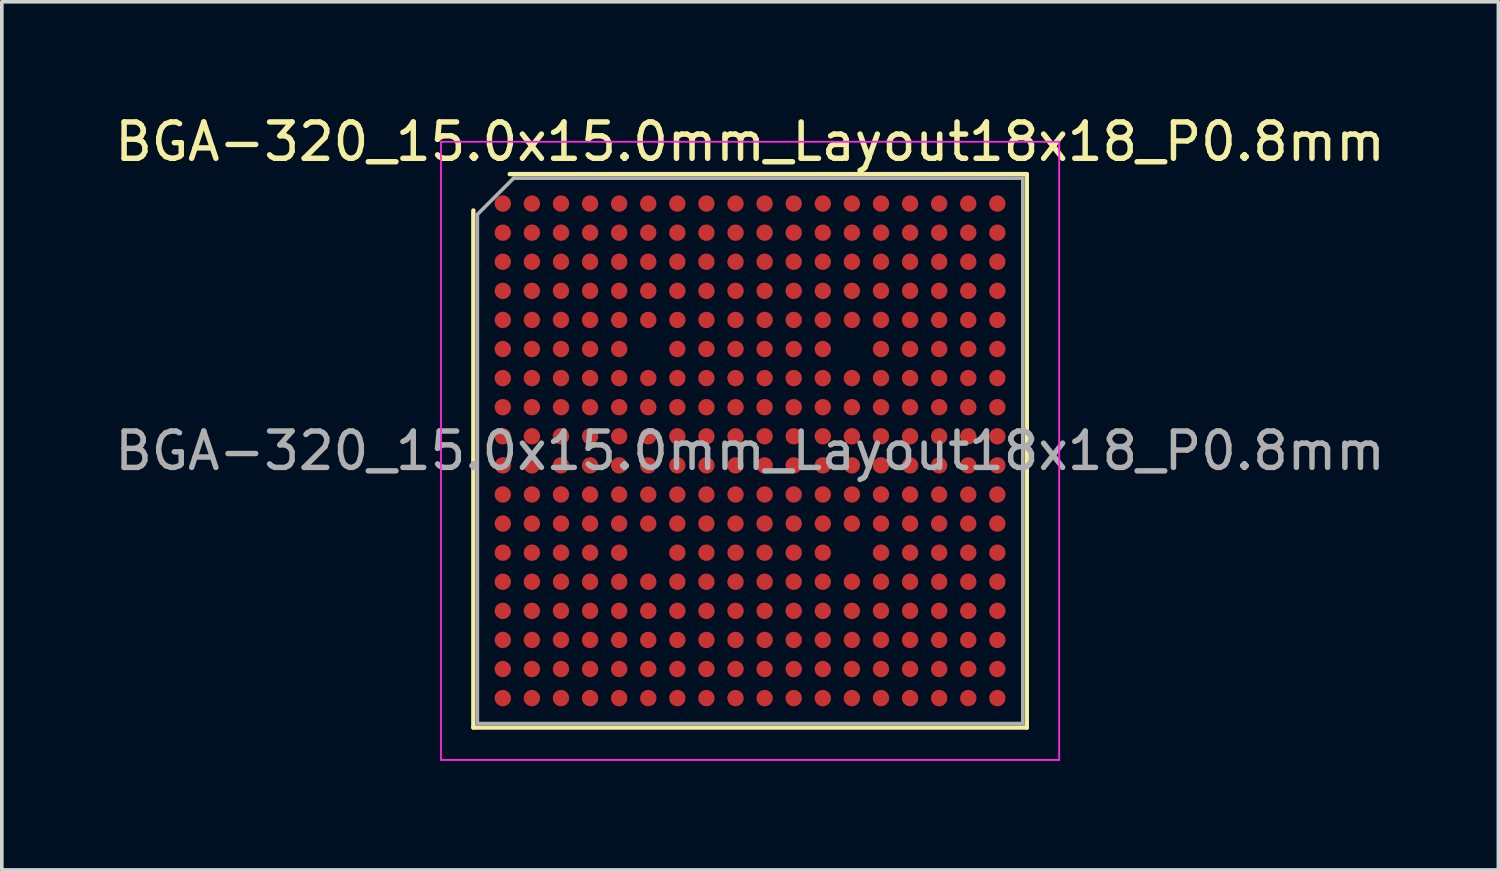
<source format=kicad_pcb>
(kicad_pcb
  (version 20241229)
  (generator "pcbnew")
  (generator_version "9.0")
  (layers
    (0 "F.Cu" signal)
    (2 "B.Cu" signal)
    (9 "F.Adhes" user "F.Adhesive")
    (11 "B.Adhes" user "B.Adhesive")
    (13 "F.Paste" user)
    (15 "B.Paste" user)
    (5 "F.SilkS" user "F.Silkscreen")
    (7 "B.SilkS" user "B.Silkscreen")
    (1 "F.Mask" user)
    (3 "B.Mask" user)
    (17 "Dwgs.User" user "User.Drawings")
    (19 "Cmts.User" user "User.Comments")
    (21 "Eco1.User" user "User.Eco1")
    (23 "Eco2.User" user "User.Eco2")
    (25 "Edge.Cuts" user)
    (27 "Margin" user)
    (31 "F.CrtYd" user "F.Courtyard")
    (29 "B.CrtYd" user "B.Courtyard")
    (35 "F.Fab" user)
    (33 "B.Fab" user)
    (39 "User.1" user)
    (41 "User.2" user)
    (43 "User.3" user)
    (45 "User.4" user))
  (footprint "BGA-320_15.0x15.0mm_Layout18x18_P0.8mm"
    (layer "F.Cu")
    (at 17.577 9.348)
    (property "Reference" "BGA-320_15.0x15.0mm_Layout18x18_P0.8mm" (at 0 -8.5 0) (layer "F.SilkS") (effects (font (size 1 1) (thickness 0.15))))
    (attr smd)
    (fp_line (start -7.61 7.61) (end -7.61 -6.61) (stroke (width 0.12) (type solid)) (layer "F.SilkS"))
    (fp_line (start -6.61 -7.61) (end 7.61 -7.61) (stroke (width 0.12) (type solid)) (layer "F.SilkS"))
    (fp_line (start 7.61 -7.61) (end 7.61 7.61) (stroke (width 0.12) (type solid)) (layer "F.SilkS"))
    (fp_line (start 7.61 7.61) (end -7.61 7.61) (stroke (width 0.12) (type solid)) (layer "F.SilkS"))
    (fp_line (start -8.5 -8.5) (end -8.5 8.5) (stroke (width 0.05) (type solid)) (layer "F.CrtYd"))
    (fp_line (start -8.5 8.5) (end 8.5 8.5) (stroke (width 0.05) (type solid)) (layer "F.CrtYd"))
    (fp_line (start 8.5 -8.5) (end -8.5 -8.5) (stroke (width 0.05) (type solid)) (layer "F.CrtYd"))
    (fp_line (start 8.5 8.5) (end 8.5 -8.5) (stroke (width 0.05) (type solid)) (layer "F.CrtYd"))
    (fp_line (start -7.5 -6.5) (end -6.5 -7.5) (stroke (width 0.1) (type solid)) (layer "F.Fab"))
    (fp_line (start -7.5 7.5) (end -7.5 -6.5) (stroke (width 0.1) (type solid)) (layer "F.Fab"))
    (fp_line (start -6.5 -7.5) (end 7.5 -7.5) (stroke (width 0.1) (type solid)) (layer "F.Fab"))
    (fp_line (start 7.5 -7.5) (end 7.5 7.5) (stroke (width 0.1) (type solid)) (layer "F.Fab"))
    (fp_line (start 7.5 7.5) (end -7.5 7.5) (stroke (width 0.1) (type solid)) (layer "F.Fab"))
    (fp_text user "${REFERENCE}" (at 0 0 0) (layer "F.Fab") (effects (font (size 1 1) (thickness 0.15))))
    (pad "A1" smd circle (at -6.8 -6.8) (size 0.45 0.45) (layers "F.Cu" "F.Mask" "F.Paste"))
    (pad "A2" smd circle (at -6 -6.8) (size 0.45 0.45) (layers "F.Cu" "F.Mask" "F.Paste"))
    (pad "A3" smd circle (at -5.2 -6.8) (size 0.45 0.45) (layers "F.Cu" "F.Mask" "F.Paste"))
    (pad "A4" smd circle (at -4.4 -6.8) (size 0.45 0.45) (layers "F.Cu" "F.Mask" "F.Paste"))
    (pad "A5" smd circle (at -3.6 -6.8) (size 0.45 0.45) (layers "F.Cu" "F.Mask" "F.Paste"))
    (pad "A6" smd circle (at -2.8 -6.8) (size 0.45 0.45) (layers "F.Cu" "F.Mask" "F.Paste"))
    (pad "A7" smd circle (at -2 -6.8) (size 0.45 0.45) (layers "F.Cu" "F.Mask" "F.Paste"))
    (pad "A8" smd circle (at -1.2 -6.8) (size 0.45 0.45) (layers "F.Cu" "F.Mask" "F.Paste"))
    (pad "A9" smd circle (at -0.4 -6.8) (size 0.45 0.45) (layers "F.Cu" "F.Mask" "F.Paste"))
    (pad "A10" smd circle (at 0.4 -6.8) (size 0.45 0.45) (layers "F.Cu" "F.Mask" "F.Paste"))
    (pad "A11" smd circle (at 1.2 -6.8) (size 0.45 0.45) (layers "F.Cu" "F.Mask" "F.Paste"))
    (pad "A12" smd circle (at 2 -6.8) (size 0.45 0.45) (layers "F.Cu" "F.Mask" "F.Paste"))
    (pad "A13" smd circle (at 2.8 -6.8) (size 0.45 0.45) (layers "F.Cu" "F.Mask" "F.Paste"))
    (pad "A14" smd circle (at 3.6 -6.8) (size 0.45 0.45) (layers "F.Cu" "F.Mask" "F.Paste"))
    (pad "A15" smd circle (at 4.4 -6.8) (size 0.45 0.45) (layers "F.Cu" "F.Mask" "F.Paste"))
    (pad "A16" smd circle (at 5.2 -6.8) (size 0.45 0.45) (layers "F.Cu" "F.Mask" "F.Paste"))
    (pad "A17" smd circle (at 6 -6.8) (size 0.45 0.45) (layers "F.Cu" "F.Mask" "F.Paste"))
    (pad "A18" smd circle (at 6.8 -6.8) (size 0.45 0.45) (layers "F.Cu" "F.Mask" "F.Paste"))
    (pad "B1" smd circle (at -6.8 -6) (size 0.45 0.45) (layers "F.Cu" "F.Mask" "F.Paste"))
    (pad "B2" smd circle (at -6 -6) (size 0.45 0.45) (layers "F.Cu" "F.Mask" "F.Paste"))
    (pad "B3" smd circle (at -5.2 -6) (size 0.45 0.45) (layers "F.Cu" "F.Mask" "F.Paste"))
    (pad "B4" smd circle (at -4.4 -6) (size 0.45 0.45) (layers "F.Cu" "F.Mask" "F.Paste"))
    (pad "B5" smd circle (at -3.6 -6) (size 0.45 0.45) (layers "F.Cu" "F.Mask" "F.Paste"))
    (pad "B6" smd circle (at -2.8 -6) (size 0.45 0.45) (layers "F.Cu" "F.Mask" "F.Paste"))
    (pad "B7" smd circle (at -2 -6) (size 0.45 0.45) (layers "F.Cu" "F.Mask" "F.Paste"))
    (pad "B8" smd circle (at -1.2 -6) (size 0.45 0.45) (layers "F.Cu" "F.Mask" "F.Paste"))
    (pad "B9" smd circle (at -0.4 -6) (size 0.45 0.45) (layers "F.Cu" "F.Mask" "F.Paste"))
    (pad "B10" smd circle (at 0.4 -6) (size 0.45 0.45) (layers "F.Cu" "F.Mask" "F.Paste"))
    (pad "B11" smd circle (at 1.2 -6) (size 0.45 0.45) (layers "F.Cu" "F.Mask" "F.Paste"))
    (pad "B12" smd circle (at 2 -6) (size 0.45 0.45) (layers "F.Cu" "F.Mask" "F.Paste"))
    (pad "B13" smd circle (at 2.8 -6) (size 0.45 0.45) (layers "F.Cu" "F.Mask" "F.Paste"))
    (pad "B14" smd circle (at 3.6 -6) (size 0.45 0.45) (layers "F.Cu" "F.Mask" "F.Paste"))
    (pad "B15" smd circle (at 4.4 -6) (size 0.45 0.45) (layers "F.Cu" "F.Mask" "F.Paste"))
    (pad "B16" smd circle (at 5.2 -6) (size 0.45 0.45) (layers "F.Cu" "F.Mask" "F.Paste"))
    (pad "B17" smd circle (at 6 -6) (size 0.45 0.45) (layers "F.Cu" "F.Mask" "F.Paste"))
    (pad "B18" smd circle (at 6.8 -6) (size 0.45 0.45) (layers "F.Cu" "F.Mask" "F.Paste"))
    (pad "C1" smd circle (at -6.8 -5.2) (size 0.45 0.45) (layers "F.Cu" "F.Mask" "F.Paste"))
    (pad "C2" smd circle (at -6 -5.2) (size 0.45 0.45) (layers "F.Cu" "F.Mask" "F.Paste"))
    (pad "C3" smd circle (at -5.2 -5.2) (size 0.45 0.45) (layers "F.Cu" "F.Mask" "F.Paste"))
    (pad "C4" smd circle (at -4.4 -5.2) (size 0.45 0.45) (layers "F.Cu" "F.Mask" "F.Paste"))
    (pad "C5" smd circle (at -3.6 -5.2) (size 0.45 0.45) (layers "F.Cu" "F.Mask" "F.Paste"))
    (pad "C6" smd circle (at -2.8 -5.2) (size 0.45 0.45) (layers "F.Cu" "F.Mask" "F.Paste"))
    (pad "C7" smd circle (at -2 -5.2) (size 0.45 0.45) (layers "F.Cu" "F.Mask" "F.Paste"))
    (pad "C8" smd circle (at -1.2 -5.2) (size 0.45 0.45) (layers "F.Cu" "F.Mask" "F.Paste"))
    (pad "C9" smd circle (at -0.4 -5.2) (size 0.45 0.45) (layers "F.Cu" "F.Mask" "F.Paste"))
    (pad "C10" smd circle (at 0.4 -5.2) (size 0.45 0.45) (layers "F.Cu" "F.Mask" "F.Paste"))
    (pad "C11" smd circle (at 1.2 -5.2) (size 0.45 0.45) (layers "F.Cu" "F.Mask" "F.Paste"))
    (pad "C12" smd circle (at 2 -5.2) (size 0.45 0.45) (layers "F.Cu" "F.Mask" "F.Paste"))
    (pad "C13" smd circle (at 2.8 -5.2) (size 0.45 0.45) (layers "F.Cu" "F.Mask" "F.Paste"))
    (pad "C14" smd circle (at 3.6 -5.2) (size 0.45 0.45) (layers "F.Cu" "F.Mask" "F.Paste"))
    (pad "C15" smd circle (at 4.4 -5.2) (size 0.45 0.45) (layers "F.Cu" "F.Mask" "F.Paste"))
    (pad "C16" smd circle (at 5.2 -5.2) (size 0.45 0.45) (layers "F.Cu" "F.Mask" "F.Paste"))
    (pad "C17" smd circle (at 6 -5.2) (size 0.45 0.45) (layers "F.Cu" "F.Mask" "F.Paste"))
    (pad "C18" smd circle (at 6.8 -5.2) (size 0.45 0.45) (layers "F.Cu" "F.Mask" "F.Paste"))
    (pad "D1" smd circle (at -6.8 -4.4) (size 0.45 0.45) (layers "F.Cu" "F.Mask" "F.Paste"))
    (pad "D2" smd circle (at -6 -4.4) (size 0.45 0.45) (layers "F.Cu" "F.Mask" "F.Paste"))
    (pad "D3" smd circle (at -5.2 -4.4) (size 0.45 0.45) (layers "F.Cu" "F.Mask" "F.Paste"))
    (pad "D4" smd circle (at -4.4 -4.4) (size 0.45 0.45) (layers "F.Cu" "F.Mask" "F.Paste"))
    (pad "D5" smd circle (at -3.6 -4.4) (size 0.45 0.45) (layers "F.Cu" "F.Mask" "F.Paste"))
    (pad "D6" smd circle (at -2.8 -4.4) (size 0.45 0.45) (layers "F.Cu" "F.Mask" "F.Paste"))
    (pad "D7" smd circle (at -2 -4.4) (size 0.45 0.45) (layers "F.Cu" "F.Mask" "F.Paste"))
    (pad "D8" smd circle (at -1.2 -4.4) (size 0.45 0.45) (layers "F.Cu" "F.Mask" "F.Paste"))
    (pad "D9" smd circle (at -0.4 -4.4) (size 0.45 0.45) (layers "F.Cu" "F.Mask" "F.Paste"))
    (pad "D10" smd circle (at 0.4 -4.4) (size 0.45 0.45) (layers "F.Cu" "F.Mask" "F.Paste"))
    (pad "D11" smd circle (at 1.2 -4.4) (size 0.45 0.45) (layers "F.Cu" "F.Mask" "F.Paste"))
    (pad "D12" smd circle (at 2 -4.4) (size 0.45 0.45) (layers "F.Cu" "F.Mask" "F.Paste"))
    (pad "D13" smd circle (at 2.8 -4.4) (size 0.45 0.45) (layers "F.Cu" "F.Mask" "F.Paste"))
    (pad "D14" smd circle (at 3.6 -4.4) (size 0.45 0.45) (layers "F.Cu" "F.Mask" "F.Paste"))
    (pad "D15" smd circle (at 4.4 -4.4) (size 0.45 0.45) (layers "F.Cu" "F.Mask" "F.Paste"))
    (pad "D16" smd circle (at 5.2 -4.4) (size 0.45 0.45) (layers "F.Cu" "F.Mask" "F.Paste"))
    (pad "D17" smd circle (at 6 -4.4) (size 0.45 0.45) (layers "F.Cu" "F.Mask" "F.Paste"))
    (pad "D18" smd circle (at 6.8 -4.4) (size 0.45 0.45) (layers "F.Cu" "F.Mask" "F.Paste"))
    (pad "E1" smd circle (at -6.8 -3.6) (size 0.45 0.45) (layers "F.Cu" "F.Mask" "F.Paste"))
    (pad "E2" smd circle (at -6 -3.6) (size 0.45 0.45) (layers "F.Cu" "F.Mask" "F.Paste"))
    (pad "E3" smd circle (at -5.2 -3.6) (size 0.45 0.45) (layers "F.Cu" "F.Mask" "F.Paste"))
    (pad "E4" smd circle (at -4.4 -3.6) (size 0.45 0.45) (layers "F.Cu" "F.Mask" "F.Paste"))
    (pad "E5" smd circle (at -3.6 -3.6) (size 0.45 0.45) (layers "F.Cu" "F.Mask" "F.Paste"))
    (pad "E6" smd circle (at -2.8 -3.6) (size 0.45 0.45) (layers "F.Cu" "F.Mask" "F.Paste"))
    (pad "E7" smd circle (at -2 -3.6) (size 0.45 0.45) (layers "F.Cu" "F.Mask" "F.Paste"))
    (pad "E8" smd circle (at -1.2 -3.6) (size 0.45 0.45) (layers "F.Cu" "F.Mask" "F.Paste"))
    (pad "E9" smd circle (at -0.4 -3.6) (size 0.45 0.45) (layers "F.Cu" "F.Mask" "F.Paste"))
    (pad "E10" smd circle (at 0.4 -3.6) (size 0.45 0.45) (layers "F.Cu" "F.Mask" "F.Paste"))
    (pad "E11" smd circle (at 1.2 -3.6) (size 0.45 0.45) (layers "F.Cu" "F.Mask" "F.Paste"))
    (pad "E12" smd circle (at 2 -3.6) (size 0.45 0.45) (layers "F.Cu" "F.Mask" "F.Paste"))
    (pad "E13" smd circle (at 2.8 -3.6) (size 0.45 0.45) (layers "F.Cu" "F.Mask" "F.Paste"))
    (pad "E14" smd circle (at 3.6 -3.6) (size 0.45 0.45) (layers "F.Cu" "F.Mask" "F.Paste"))
    (pad "E15" smd circle (at 4.4 -3.6) (size 0.45 0.45) (layers "F.Cu" "F.Mask" "F.Paste"))
    (pad "E16" smd circle (at 5.2 -3.6) (size 0.45 0.45) (layers "F.Cu" "F.Mask" "F.Paste"))
    (pad "E17" smd circle (at 6 -3.6) (size 0.45 0.45) (layers "F.Cu" "F.Mask" "F.Paste"))
    (pad "E18" smd circle (at 6.8 -3.6) (size 0.45 0.45) (layers "F.Cu" "F.Mask" "F.Paste"))
    (pad "F1" smd circle (at -6.8 -2.8) (size 0.45 0.45) (layers "F.Cu" "F.Mask" "F.Paste"))
    (pad "F2" smd circle (at -6 -2.8) (size 0.45 0.45) (layers "F.Cu" "F.Mask" "F.Paste"))
    (pad "F3" smd circle (at -5.2 -2.8) (size 0.45 0.45) (layers "F.Cu" "F.Mask" "F.Paste"))
    (pad "F4" smd circle (at -4.4 -2.8) (size 0.45 0.45) (layers "F.Cu" "F.Mask" "F.Paste"))
    (pad "F5" smd circle (at -3.6 -2.8) (size 0.45 0.45) (layers "F.Cu" "F.Mask" "F.Paste"))
    (pad "F7" smd circle (at -2 -2.8) (size 0.45 0.45) (layers "F.Cu" "F.Mask" "F.Paste"))
    (pad "F8" smd circle (at -1.2 -2.8) (size 0.45 0.45) (layers "F.Cu" "F.Mask" "F.Paste"))
    (pad "F9" smd circle (at -0.4 -2.8) (size 0.45 0.45) (layers "F.Cu" "F.Mask" "F.Paste"))
    (pad "F10" smd circle (at 0.4 -2.8) (size 0.45 0.45) (layers "F.Cu" "F.Mask" "F.Paste"))
    (pad "F11" smd circle (at 1.2 -2.8) (size 0.45 0.45) (layers "F.Cu" "F.Mask" "F.Paste"))
    (pad "F12" smd circle (at 2 -2.8) (size 0.45 0.45) (layers "F.Cu" "F.Mask" "F.Paste"))
    (pad "F14" smd circle (at 3.6 -2.8) (size 0.45 0.45) (layers "F.Cu" "F.Mask" "F.Paste"))
    (pad "F15" smd circle (at 4.4 -2.8) (size 0.45 0.45) (layers "F.Cu" "F.Mask" "F.Paste"))
    (pad "F16" smd circle (at 5.2 -2.8) (size 0.45 0.45) (layers "F.Cu" "F.Mask" "F.Paste"))
    (pad "F17" smd circle (at 6 -2.8) (size 0.45 0.45) (layers "F.Cu" "F.Mask" "F.Paste"))
    (pad "F18" smd circle (at 6.8 -2.8) (size 0.45 0.45) (layers "F.Cu" "F.Mask" "F.Paste"))
    (pad "G1" smd circle (at -6.8 -2) (size 0.45 0.45) (layers "F.Cu" "F.Mask" "F.Paste"))
    (pad "G2" smd circle (at -6 -2) (size 0.45 0.45) (layers "F.Cu" "F.Mask" "F.Paste"))
    (pad "G3" smd circle (at -5.2 -2) (size 0.45 0.45) (layers "F.Cu" "F.Mask" "F.Paste"))
    (pad "G4" smd circle (at -4.4 -2) (size 0.45 0.45) (layers "F.Cu" "F.Mask" "F.Paste"))
    (pad "G5" smd circle (at -3.6 -2) (size 0.45 0.45) (layers "F.Cu" "F.Mask" "F.Paste"))
    (pad "G6" smd circle (at -2.8 -2) (size 0.45 0.45) (layers "F.Cu" "F.Mask" "F.Paste"))
    (pad "G7" smd circle (at -2 -2) (size 0.45 0.45) (layers "F.Cu" "F.Mask" "F.Paste"))
    (pad "G8" smd circle (at -1.2 -2) (size 0.45 0.45) (layers "F.Cu" "F.Mask" "F.Paste"))
    (pad "G9" smd circle (at -0.4 -2) (size 0.45 0.45) (layers "F.Cu" "F.Mask" "F.Paste"))
    (pad "G10" smd circle (at 0.4 -2) (size 0.45 0.45) (layers "F.Cu" "F.Mask" "F.Paste"))
    (pad "G11" smd circle (at 1.2 -2) (size 0.45 0.45) (layers "F.Cu" "F.Mask" "F.Paste"))
    (pad "G12" smd circle (at 2 -2) (size 0.45 0.45) (layers "F.Cu" "F.Mask" "F.Paste"))
    (pad "G13" smd circle (at 2.8 -2) (size 0.45 0.45) (layers "F.Cu" "F.Mask" "F.Paste"))
    (pad "G14" smd circle (at 3.6 -2) (size 0.45 0.45) (layers "F.Cu" "F.Mask" "F.Paste"))
    (pad "G15" smd circle (at 4.4 -2) (size 0.45 0.45) (layers "F.Cu" "F.Mask" "F.Paste"))
    (pad "G16" smd circle (at 5.2 -2) (size 0.45 0.45) (layers "F.Cu" "F.Mask" "F.Paste"))
    (pad "G17" smd circle (at 6 -2) (size 0.45 0.45) (layers "F.Cu" "F.Mask" "F.Paste"))
    (pad "G18" smd circle (at 6.8 -2) (size 0.45 0.45) (layers "F.Cu" "F.Mask" "F.Paste"))
    (pad "H1" smd circle (at -6.8 -1.2) (size 0.45 0.45) (layers "F.Cu" "F.Mask" "F.Paste"))
    (pad "H2" smd circle (at -6 -1.2) (size 0.45 0.45) (layers "F.Cu" "F.Mask" "F.Paste"))
    (pad "H3" smd circle (at -5.2 -1.2) (size 0.45 0.45) (layers "F.Cu" "F.Mask" "F.Paste"))
    (pad "H4" smd circle (at -4.4 -1.2) (size 0.45 0.45) (layers "F.Cu" "F.Mask" "F.Paste"))
    (pad "H5" smd circle (at -3.6 -1.2) (size 0.45 0.45) (layers "F.Cu" "F.Mask" "F.Paste"))
    (pad "H6" smd circle (at -2.8 -1.2) (size 0.45 0.45) (layers "F.Cu" "F.Mask" "F.Paste"))
    (pad "H7" smd circle (at -2 -1.2) (size 0.45 0.45) (layers "F.Cu" "F.Mask" "F.Paste"))
    (pad "H8" smd circle (at -1.2 -1.2) (size 0.45 0.45) (layers "F.Cu" "F.Mask" "F.Paste"))
    (pad "H9" smd circle (at -0.4 -1.2) (size 0.45 0.45) (layers "F.Cu" "F.Mask" "F.Paste"))
    (pad "H10" smd circle (at 0.4 -1.2) (size 0.45 0.45) (layers "F.Cu" "F.Mask" "F.Paste"))
    (pad "H11" smd circle (at 1.2 -1.2) (size 0.45 0.45) (layers "F.Cu" "F.Mask" "F.Paste"))
    (pad "H12" smd circle (at 2 -1.2) (size 0.45 0.45) (layers "F.Cu" "F.Mask" "F.Paste"))
    (pad "H13" smd circle (at 2.8 -1.2) (size 0.45 0.45) (layers "F.Cu" "F.Mask" "F.Paste"))
    (pad "H14" smd circle (at 3.6 -1.2) (size 0.45 0.45) (layers "F.Cu" "F.Mask" "F.Paste"))
    (pad "H15" smd circle (at 4.4 -1.2) (size 0.45 0.45) (layers "F.Cu" "F.Mask" "F.Paste"))
    (pad "H16" smd circle (at 5.2 -1.2) (size 0.45 0.45) (layers "F.Cu" "F.Mask" "F.Paste"))
    (pad "H17" smd circle (at 6 -1.2) (size 0.45 0.45) (layers "F.Cu" "F.Mask" "F.Paste"))
    (pad "H18" smd circle (at 6.8 -1.2) (size 0.45 0.45) (layers "F.Cu" "F.Mask" "F.Paste"))
    (pad "J1" smd circle (at -6.8 -0.4) (size 0.45 0.45) (layers "F.Cu" "F.Mask" "F.Paste"))
    (pad "J2" smd circle (at -6 -0.4) (size 0.45 0.45) (layers "F.Cu" "F.Mask" "F.Paste"))
    (pad "J3" smd circle (at -5.2 -0.4) (size 0.45 0.45) (layers "F.Cu" "F.Mask" "F.Paste"))
    (pad "J4" smd circle (at -4.4 -0.4) (size 0.45 0.45) (layers "F.Cu" "F.Mask" "F.Paste"))
    (pad "J5" smd circle (at -3.6 -0.4) (size 0.45 0.45) (layers "F.Cu" "F.Mask" "F.Paste"))
    (pad "J6" smd circle (at -2.8 -0.4) (size 0.45 0.45) (layers "F.Cu" "F.Mask" "F.Paste"))
    (pad "J7" smd circle (at -2 -0.4) (size 0.45 0.45) (layers "F.Cu" "F.Mask" "F.Paste"))
    (pad "J8" smd circle (at -1.2 -0.4) (size 0.45 0.45) (layers "F.Cu" "F.Mask" "F.Paste"))
    (pad "J9" smd circle (at -0.4 -0.4) (size 0.45 0.45) (layers "F.Cu" "F.Mask" "F.Paste"))
    (pad "J10" smd circle (at 0.4 -0.4) (size 0.45 0.45) (layers "F.Cu" "F.Mask" "F.Paste"))
    (pad "J11" smd circle (at 1.2 -0.4) (size 0.45 0.45) (layers "F.Cu" "F.Mask" "F.Paste"))
    (pad "J12" smd circle (at 2 -0.4) (size 0.45 0.45) (layers "F.Cu" "F.Mask" "F.Paste"))
    (pad "J13" smd circle (at 2.8 -0.4) (size 0.45 0.45) (layers "F.Cu" "F.Mask" "F.Paste"))
    (pad "J14" smd circle (at 3.6 -0.4) (size 0.45 0.45) (layers "F.Cu" "F.Mask" "F.Paste"))
    (pad "J15" smd circle (at 4.4 -0.4) (size 0.45 0.45) (layers "F.Cu" "F.Mask" "F.Paste"))
    (pad "J16" smd circle (at 5.2 -0.4) (size 0.45 0.45) (layers "F.Cu" "F.Mask" "F.Paste"))
    (pad "J17" smd circle (at 6 -0.4) (size 0.45 0.45) (layers "F.Cu" "F.Mask" "F.Paste"))
    (pad "J18" smd circle (at 6.8 -0.4) (size 0.45 0.45) (layers "F.Cu" "F.Mask" "F.Paste"))
    (pad "K1" smd circle (at -6.8 0.4) (size 0.45 0.45) (layers "F.Cu" "F.Mask" "F.Paste"))
    (pad "K2" smd circle (at -6 0.4) (size 0.45 0.45) (layers "F.Cu" "F.Mask" "F.Paste"))
    (pad "K3" smd circle (at -5.2 0.4) (size 0.45 0.45) (layers "F.Cu" "F.Mask" "F.Paste"))
    (pad "K4" smd circle (at -4.4 0.4) (size 0.45 0.45) (layers "F.Cu" "F.Mask" "F.Paste"))
    (pad "K5" smd circle (at -3.6 0.4) (size 0.45 0.45) (layers "F.Cu" "F.Mask" "F.Paste"))
    (pad "K6" smd circle (at -2.8 0.4) (size 0.45 0.45) (layers "F.Cu" "F.Mask" "F.Paste"))
    (pad "K7" smd circle (at -2 0.4) (size 0.45 0.45) (layers "F.Cu" "F.Mask" "F.Paste"))
    (pad "K8" smd circle (at -1.2 0.4) (size 0.45 0.45) (layers "F.Cu" "F.Mask" "F.Paste"))
    (pad "K9" smd circle (at -0.4 0.4) (size 0.45 0.45) (layers "F.Cu" "F.Mask" "F.Paste"))
    (pad "K10" smd circle (at 0.4 0.4) (size 0.45 0.45) (layers "F.Cu" "F.Mask" "F.Paste"))
    (pad "K11" smd circle (at 1.2 0.4) (size 0.45 0.45) (layers "F.Cu" "F.Mask" "F.Paste"))
    (pad "K12" smd circle (at 2 0.4) (size 0.45 0.45) (layers "F.Cu" "F.Mask" "F.Paste"))
    (pad "K13" smd circle (at 2.8 0.4) (size 0.45 0.45) (layers "F.Cu" "F.Mask" "F.Paste"))
    (pad "K14" smd circle (at 3.6 0.4) (size 0.45 0.45) (layers "F.Cu" "F.Mask" "F.Paste"))
    (pad "K15" smd circle (at 4.4 0.4) (size 0.45 0.45) (layers "F.Cu" "F.Mask" "F.Paste"))
    (pad "K16" smd circle (at 5.2 0.4) (size 0.45 0.45) (layers "F.Cu" "F.Mask" "F.Paste"))
    (pad "K17" smd circle (at 6 0.4) (size 0.45 0.45) (layers "F.Cu" "F.Mask" "F.Paste"))
    (pad "K18" smd circle (at 6.8 0.4) (size 0.45 0.45) (layers "F.Cu" "F.Mask" "F.Paste"))
    (pad "L1" smd circle (at -6.8 1.2) (size 0.45 0.45) (layers "F.Cu" "F.Mask" "F.Paste"))
    (pad "L2" smd circle (at -6 1.2) (size 0.45 0.45) (layers "F.Cu" "F.Mask" "F.Paste"))
    (pad "L3" smd circle (at -5.2 1.2) (size 0.45 0.45) (layers "F.Cu" "F.Mask" "F.Paste"))
    (pad "L4" smd circle (at -4.4 1.2) (size 0.45 0.45) (layers "F.Cu" "F.Mask" "F.Paste"))
    (pad "L5" smd circle (at -3.6 1.2) (size 0.45 0.45) (layers "F.Cu" "F.Mask" "F.Paste"))
    (pad "L6" smd circle (at -2.8 1.2) (size 0.45 0.45) (layers "F.Cu" "F.Mask" "F.Paste"))
    (pad "L7" smd circle (at -2 1.2) (size 0.45 0.45) (layers "F.Cu" "F.Mask" "F.Paste"))
    (pad "L8" smd circle (at -1.2 1.2) (size 0.45 0.45) (layers "F.Cu" "F.Mask" "F.Paste"))
    (pad "L9" smd circle (at -0.4 1.2) (size 0.45 0.45) (layers "F.Cu" "F.Mask" "F.Paste"))
    (pad "L10" smd circle (at 0.4 1.2) (size 0.45 0.45) (layers "F.Cu" "F.Mask" "F.Paste"))
    (pad "L11" smd circle (at 1.2 1.2) (size 0.45 0.45) (layers "F.Cu" "F.Mask" "F.Paste"))
    (pad "L12" smd circle (at 2 1.2) (size 0.45 0.45) (layers "F.Cu" "F.Mask" "F.Paste"))
    (pad "L13" smd circle (at 2.8 1.2) (size 0.45 0.45) (layers "F.Cu" "F.Mask" "F.Paste"))
    (pad "L14" smd circle (at 3.6 1.2) (size 0.45 0.45) (layers "F.Cu" "F.Mask" "F.Paste"))
    (pad "L15" smd circle (at 4.4 1.2) (size 0.45 0.45) (layers "F.Cu" "F.Mask" "F.Paste"))
    (pad "L16" smd circle (at 5.2 1.2) (size 0.45 0.45) (layers "F.Cu" "F.Mask" "F.Paste"))
    (pad "L17" smd circle (at 6 1.2) (size 0.45 0.45) (layers "F.Cu" "F.Mask" "F.Paste"))
    (pad "L18" smd circle (at 6.8 1.2) (size 0.45 0.45) (layers "F.Cu" "F.Mask" "F.Paste"))
    (pad "M1" smd circle (at -6.8 2) (size 0.45 0.45) (layers "F.Cu" "F.Mask" "F.Paste"))
    (pad "M2" smd circle (at -6 2) (size 0.45 0.45) (layers "F.Cu" "F.Mask" "F.Paste"))
    (pad "M3" smd circle (at -5.2 2) (size 0.45 0.45) (layers "F.Cu" "F.Mask" "F.Paste"))
    (pad "M4" smd circle (at -4.4 2) (size 0.45 0.45) (layers "F.Cu" "F.Mask" "F.Paste"))
    (pad "M5" smd circle (at -3.6 2) (size 0.45 0.45) (layers "F.Cu" "F.Mask" "F.Paste"))
    (pad "M6" smd circle (at -2.8 2) (size 0.45 0.45) (layers "F.Cu" "F.Mask" "F.Paste"))
    (pad "M7" smd circle (at -2 2) (size 0.45 0.45) (layers "F.Cu" "F.Mask" "F.Paste"))
    (pad "M8" smd circle (at -1.2 2) (size 0.45 0.45) (layers "F.Cu" "F.Mask" "F.Paste"))
    (pad "M9" smd circle (at -0.4 2) (size 0.45 0.45) (layers "F.Cu" "F.Mask" "F.Paste"))
    (pad "M10" smd circle (at 0.4 2) (size 0.45 0.45) (layers "F.Cu" "F.Mask" "F.Paste"))
    (pad "M11" smd circle (at 1.2 2) (size 0.45 0.45) (layers "F.Cu" "F.Mask" "F.Paste"))
    (pad "M12" smd circle (at 2 2) (size 0.45 0.45) (layers "F.Cu" "F.Mask" "F.Paste"))
    (pad "M13" smd circle (at 2.8 2) (size 0.45 0.45) (layers "F.Cu" "F.Mask" "F.Paste"))
    (pad "M14" smd circle (at 3.6 2) (size 0.45 0.45) (layers "F.Cu" "F.Mask" "F.Paste"))
    (pad "M15" smd circle (at 4.4 2) (size 0.45 0.45) (layers "F.Cu" "F.Mask" "F.Paste"))
    (pad "M16" smd circle (at 5.2 2) (size 0.45 0.45) (layers "F.Cu" "F.Mask" "F.Paste"))
    (pad "M17" smd circle (at 6 2) (size 0.45 0.45) (layers "F.Cu" "F.Mask" "F.Paste"))
    (pad "M18" smd circle (at 6.8 2) (size 0.45 0.45) (layers "F.Cu" "F.Mask" "F.Paste"))
    (pad "N1" smd circle (at -6.8 2.8) (size 0.45 0.45) (layers "F.Cu" "F.Mask" "F.Paste"))
    (pad "N2" smd circle (at -6 2.8) (size 0.45 0.45) (layers "F.Cu" "F.Mask" "F.Paste"))
    (pad "N3" smd circle (at -5.2 2.8) (size 0.45 0.45) (layers "F.Cu" "F.Mask" "F.Paste"))
    (pad "N4" smd circle (at -4.4 2.8) (size 0.45 0.45) (layers "F.Cu" "F.Mask" "F.Paste"))
    (pad "N5" smd circle (at -3.6 2.8) (size 0.45 0.45) (layers "F.Cu" "F.Mask" "F.Paste"))
    (pad "N7" smd circle (at -2 2.8) (size 0.45 0.45) (layers "F.Cu" "F.Mask" "F.Paste"))
    (pad "N8" smd circle (at -1.2 2.8) (size 0.45 0.45) (layers "F.Cu" "F.Mask" "F.Paste"))
    (pad "N9" smd circle (at -0.4 2.8) (size 0.45 0.45) (layers "F.Cu" "F.Mask" "F.Paste"))
    (pad "N10" smd circle (at 0.4 2.8) (size 0.45 0.45) (layers "F.Cu" "F.Mask" "F.Paste"))
    (pad "N11" smd circle (at 1.2 2.8) (size 0.45 0.45) (layers "F.Cu" "F.Mask" "F.Paste"))
    (pad "N12" smd circle (at 2 2.8) (size 0.45 0.45) (layers "F.Cu" "F.Mask" "F.Paste"))
    (pad "N14" smd circle (at 3.6 2.8) (size 0.45 0.45) (layers "F.Cu" "F.Mask" "F.Paste"))
    (pad "N15" smd circle (at 4.4 2.8) (size 0.45 0.45) (layers "F.Cu" "F.Mask" "F.Paste"))
    (pad "N16" smd circle (at 5.2 2.8) (size 0.45 0.45) (layers "F.Cu" "F.Mask" "F.Paste"))
    (pad "N17" smd circle (at 6 2.8) (size 0.45 0.45) (layers "F.Cu" "F.Mask" "F.Paste"))
    (pad "N18" smd circle (at 6.8 2.8) (size 0.45 0.45) (layers "F.Cu" "F.Mask" "F.Paste"))
    (pad "P1" smd circle (at -6.8 3.6) (size 0.45 0.45) (layers "F.Cu" "F.Mask" "F.Paste"))
    (pad "P2" smd circle (at -6 3.6) (size 0.45 0.45) (layers "F.Cu" "F.Mask" "F.Paste"))
    (pad "P3" smd circle (at -5.2 3.6) (size 0.45 0.45) (layers "F.Cu" "F.Mask" "F.Paste"))
    (pad "P4" smd circle (at -4.4 3.6) (size 0.45 0.45) (layers "F.Cu" "F.Mask" "F.Paste"))
    (pad "P5" smd circle (at -3.6 3.6) (size 0.45 0.45) (layers "F.Cu" "F.Mask" "F.Paste"))
    (pad "P6" smd circle (at -2.8 3.6) (size 0.45 0.45) (layers "F.Cu" "F.Mask" "F.Paste"))
    (pad "P7" smd circle (at -2 3.6) (size 0.45 0.45) (layers "F.Cu" "F.Mask" "F.Paste"))
    (pad "P8" smd circle (at -1.2 3.6) (size 0.45 0.45) (layers "F.Cu" "F.Mask" "F.Paste"))
    (pad "P9" smd circle (at -0.4 3.6) (size 0.45 0.45) (layers "F.Cu" "F.Mask" "F.Paste"))
    (pad "P10" smd circle (at 0.4 3.6) (size 0.45 0.45) (layers "F.Cu" "F.Mask" "F.Paste"))
    (pad "P11" smd circle (at 1.2 3.6) (size 0.45 0.45) (layers "F.Cu" "F.Mask" "F.Paste"))
    (pad "P12" smd circle (at 2 3.6) (size 0.45 0.45) (layers "F.Cu" "F.Mask" "F.Paste"))
    (pad "P13" smd circle (at 2.8 3.6) (size 0.45 0.45) (layers "F.Cu" "F.Mask" "F.Paste"))
    (pad "P14" smd circle (at 3.6 3.6) (size 0.45 0.45) (layers "F.Cu" "F.Mask" "F.Paste"))
    (pad "P15" smd circle (at 4.4 3.6) (size 0.45 0.45) (layers "F.Cu" "F.Mask" "F.Paste"))
    (pad "P16" smd circle (at 5.2 3.6) (size 0.45 0.45) (layers "F.Cu" "F.Mask" "F.Paste"))
    (pad "P17" smd circle (at 6 3.6) (size 0.45 0.45) (layers "F.Cu" "F.Mask" "F.Paste"))
    (pad "P18" smd circle (at 6.8 3.6) (size 0.45 0.45) (layers "F.Cu" "F.Mask" "F.Paste"))
    (pad "R1" smd circle (at -6.8 4.4) (size 0.45 0.45) (layers "F.Cu" "F.Mask" "F.Paste"))
    (pad "R2" smd circle (at -6 4.4) (size 0.45 0.45) (layers "F.Cu" "F.Mask" "F.Paste"))
    (pad "R3" smd circle (at -5.2 4.4) (size 0.45 0.45) (layers "F.Cu" "F.Mask" "F.Paste"))
    (pad "R4" smd circle (at -4.4 4.4) (size 0.45 0.45) (layers "F.Cu" "F.Mask" "F.Paste"))
    (pad "R5" smd circle (at -3.6 4.4) (size 0.45 0.45) (layers "F.Cu" "F.Mask" "F.Paste"))
    (pad "R6" smd circle (at -2.8 4.4) (size 0.45 0.45) (layers "F.Cu" "F.Mask" "F.Paste"))
    (pad "R7" smd circle (at -2 4.4) (size 0.45 0.45) (layers "F.Cu" "F.Mask" "F.Paste"))
    (pad "R8" smd circle (at -1.2 4.4) (size 0.45 0.45) (layers "F.Cu" "F.Mask" "F.Paste"))
    (pad "R9" smd circle (at -0.4 4.4) (size 0.45 0.45) (layers "F.Cu" "F.Mask" "F.Paste"))
    (pad "R10" smd circle (at 0.4 4.4) (size 0.45 0.45) (layers "F.Cu" "F.Mask" "F.Paste"))
    (pad "R11" smd circle (at 1.2 4.4) (size 0.45 0.45) (layers "F.Cu" "F.Mask" "F.Paste"))
    (pad "R12" smd circle (at 2 4.4) (size 0.45 0.45) (layers "F.Cu" "F.Mask" "F.Paste"))
    (pad "R13" smd circle (at 2.8 4.4) (size 0.45 0.45) (layers "F.Cu" "F.Mask" "F.Paste"))
    (pad "R14" smd circle (at 3.6 4.4) (size 0.45 0.45) (layers "F.Cu" "F.Mask" "F.Paste"))
    (pad "R15" smd circle (at 4.4 4.4) (size 0.45 0.45) (layers "F.Cu" "F.Mask" "F.Paste"))
    (pad "R16" smd circle (at 5.2 4.4) (size 0.45 0.45) (layers "F.Cu" "F.Mask" "F.Paste"))
    (pad "R17" smd circle (at 6 4.4) (size 0.45 0.45) (layers "F.Cu" "F.Mask" "F.Paste"))
    (pad "R18" smd circle (at 6.8 4.4) (size 0.45 0.45) (layers "F.Cu" "F.Mask" "F.Paste"))
    (pad "T1" smd circle (at -6.8 5.2) (size 0.45 0.45) (layers "F.Cu" "F.Mask" "F.Paste"))
    (pad "T2" smd circle (at -6 5.2) (size 0.45 0.45) (layers "F.Cu" "F.Mask" "F.Paste"))
    (pad "T3" smd circle (at -5.2 5.2) (size 0.45 0.45) (layers "F.Cu" "F.Mask" "F.Paste"))
    (pad "T4" smd circle (at -4.4 5.2) (size 0.45 0.45) (layers "F.Cu" "F.Mask" "F.Paste"))
    (pad "T5" smd circle (at -3.6 5.2) (size 0.45 0.45) (layers "F.Cu" "F.Mask" "F.Paste"))
    (pad "T6" smd circle (at -2.8 5.2) (size 0.45 0.45) (layers "F.Cu" "F.Mask" "F.Paste"))
    (pad "T7" smd circle (at -2 5.2) (size 0.45 0.45) (layers "F.Cu" "F.Mask" "F.Paste"))
    (pad "T8" smd circle (at -1.2 5.2) (size 0.45 0.45) (layers "F.Cu" "F.Mask" "F.Paste"))
    (pad "T9" smd circle (at -0.4 5.2) (size 0.45 0.45) (layers "F.Cu" "F.Mask" "F.Paste"))
    (pad "T10" smd circle (at 0.4 5.2) (size 0.45 0.45) (layers "F.Cu" "F.Mask" "F.Paste"))
    (pad "T11" smd circle (at 1.2 5.2) (size 0.45 0.45) (layers "F.Cu" "F.Mask" "F.Paste"))
    (pad "T12" smd circle (at 2 5.2) (size 0.45 0.45) (layers "F.Cu" "F.Mask" "F.Paste"))
    (pad "T13" smd circle (at 2.8 5.2) (size 0.45 0.45) (layers "F.Cu" "F.Mask" "F.Paste"))
    (pad "T14" smd circle (at 3.6 5.2) (size 0.45 0.45) (layers "F.Cu" "F.Mask" "F.Paste"))
    (pad "T15" smd circle (at 4.4 5.2) (size 0.45 0.45) (layers "F.Cu" "F.Mask" "F.Paste"))
    (pad "T16" smd circle (at 5.2 5.2) (size 0.45 0.45) (layers "F.Cu" "F.Mask" "F.Paste"))
    (pad "T17" smd circle (at 6 5.2) (size 0.45 0.45) (layers "F.Cu" "F.Mask" "F.Paste"))
    (pad "T18" smd circle (at 6.8 5.2) (size 0.45 0.45) (layers "F.Cu" "F.Mask" "F.Paste"))
    (pad "U1" smd circle (at -6.8 6) (size 0.45 0.45) (layers "F.Cu" "F.Mask" "F.Paste"))
    (pad "U2" smd circle (at -6 6) (size 0.45 0.45) (layers "F.Cu" "F.Mask" "F.Paste"))
    (pad "U3" smd circle (at -5.2 6) (size 0.45 0.45) (layers "F.Cu" "F.Mask" "F.Paste"))
    (pad "U4" smd circle (at -4.4 6) (size 0.45 0.45) (layers "F.Cu" "F.Mask" "F.Paste"))
    (pad "U5" smd circle (at -3.6 6) (size 0.45 0.45) (layers "F.Cu" "F.Mask" "F.Paste"))
    (pad "U6" smd circle (at -2.8 6) (size 0.45 0.45) (layers "F.Cu" "F.Mask" "F.Paste"))
    (pad "U7" smd circle (at -2 6) (size 0.45 0.45) (layers "F.Cu" "F.Mask" "F.Paste"))
    (pad "U8" smd circle (at -1.2 6) (size 0.45 0.45) (layers "F.Cu" "F.Mask" "F.Paste"))
    (pad "U9" smd circle (at -0.4 6) (size 0.45 0.45) (layers "F.Cu" "F.Mask" "F.Paste"))
    (pad "U10" smd circle (at 0.4 6) (size 0.45 0.45) (layers "F.Cu" "F.Mask" "F.Paste"))
    (pad "U11" smd circle (at 1.2 6) (size 0.45 0.45) (layers "F.Cu" "F.Mask" "F.Paste"))
    (pad "U12" smd circle (at 2 6) (size 0.45 0.45) (layers "F.Cu" "F.Mask" "F.Paste"))
    (pad "U13" smd circle (at 2.8 6) (size 0.45 0.45) (layers "F.Cu" "F.Mask" "F.Paste"))
    (pad "U14" smd circle (at 3.6 6) (size 0.45 0.45) (layers "F.Cu" "F.Mask" "F.Paste"))
    (pad "U15" smd circle (at 4.4 6) (size 0.45 0.45) (layers "F.Cu" "F.Mask" "F.Paste"))
    (pad "U16" smd circle (at 5.2 6) (size 0.45 0.45) (layers "F.Cu" "F.Mask" "F.Paste"))
    (pad "U17" smd circle (at 6 6) (size 0.45 0.45) (layers "F.Cu" "F.Mask" "F.Paste"))
    (pad "U18" smd circle (at 6.8 6) (size 0.45 0.45) (layers "F.Cu" "F.Mask" "F.Paste"))
    (pad "V1" smd circle (at -6.8 6.8) (size 0.45 0.45) (layers "F.Cu" "F.Mask" "F.Paste"))
    (pad "V2" smd circle (at -6 6.8) (size 0.45 0.45) (layers "F.Cu" "F.Mask" "F.Paste"))
    (pad "V3" smd circle (at -5.2 6.8) (size 0.45 0.45) (layers "F.Cu" "F.Mask" "F.Paste"))
    (pad "V4" smd circle (at -4.4 6.8) (size 0.45 0.45) (layers "F.Cu" "F.Mask" "F.Paste"))
    (pad "V5" smd circle (at -3.6 6.8) (size 0.45 0.45) (layers "F.Cu" "F.Mask" "F.Paste"))
    (pad "V6" smd circle (at -2.8 6.8) (size 0.45 0.45) (layers "F.Cu" "F.Mask" "F.Paste"))
    (pad "V7" smd circle (at -2 6.8) (size 0.45 0.45) (layers "F.Cu" "F.Mask" "F.Paste"))
    (pad "V8" smd circle (at -1.2 6.8) (size 0.45 0.45) (layers "F.Cu" "F.Mask" "F.Paste"))
    (pad "V9" smd circle (at -0.4 6.8) (size 0.45 0.45) (layers "F.Cu" "F.Mask" "F.Paste"))
    (pad "V10" smd circle (at 0.4 6.8) (size 0.45 0.45) (layers "F.Cu" "F.Mask" "F.Paste"))
    (pad "V11" smd circle (at 1.2 6.8) (size 0.45 0.45) (layers "F.Cu" "F.Mask" "F.Paste"))
    (pad "V12" smd circle (at 2 6.8) (size 0.45 0.45) (layers "F.Cu" "F.Mask" "F.Paste"))
    (pad "V13" smd circle (at 2.8 6.8) (size 0.45 0.45) (layers "F.Cu" "F.Mask" "F.Paste"))
    (pad "V14" smd circle (at 3.6 6.8) (size 0.45 0.45) (layers "F.Cu" "F.Mask" "F.Paste"))
    (pad "V15" smd circle (at 4.4 6.8) (size 0.45 0.45) (layers "F.Cu" "F.Mask" "F.Paste"))
    (pad "V16" smd circle (at 5.2 6.8) (size 0.45 0.45) (layers "F.Cu" "F.Mask" "F.Paste"))
    (pad "V17" smd circle (at 6 6.8) (size 0.45 0.45) (layers "F.Cu" "F.Mask" "F.Paste"))
    (pad "V18" smd circle (at 6.8 6.8) (size 0.45 0.45) (layers "F.Cu" "F.Mask" "F.Paste")))
  (gr_rect
    (start -3 -3)
    (end 38.155 20.873)
    (stroke (width 0.1) (type default))
    (fill no)
    (layer "Edge.Cuts")))
</source>
